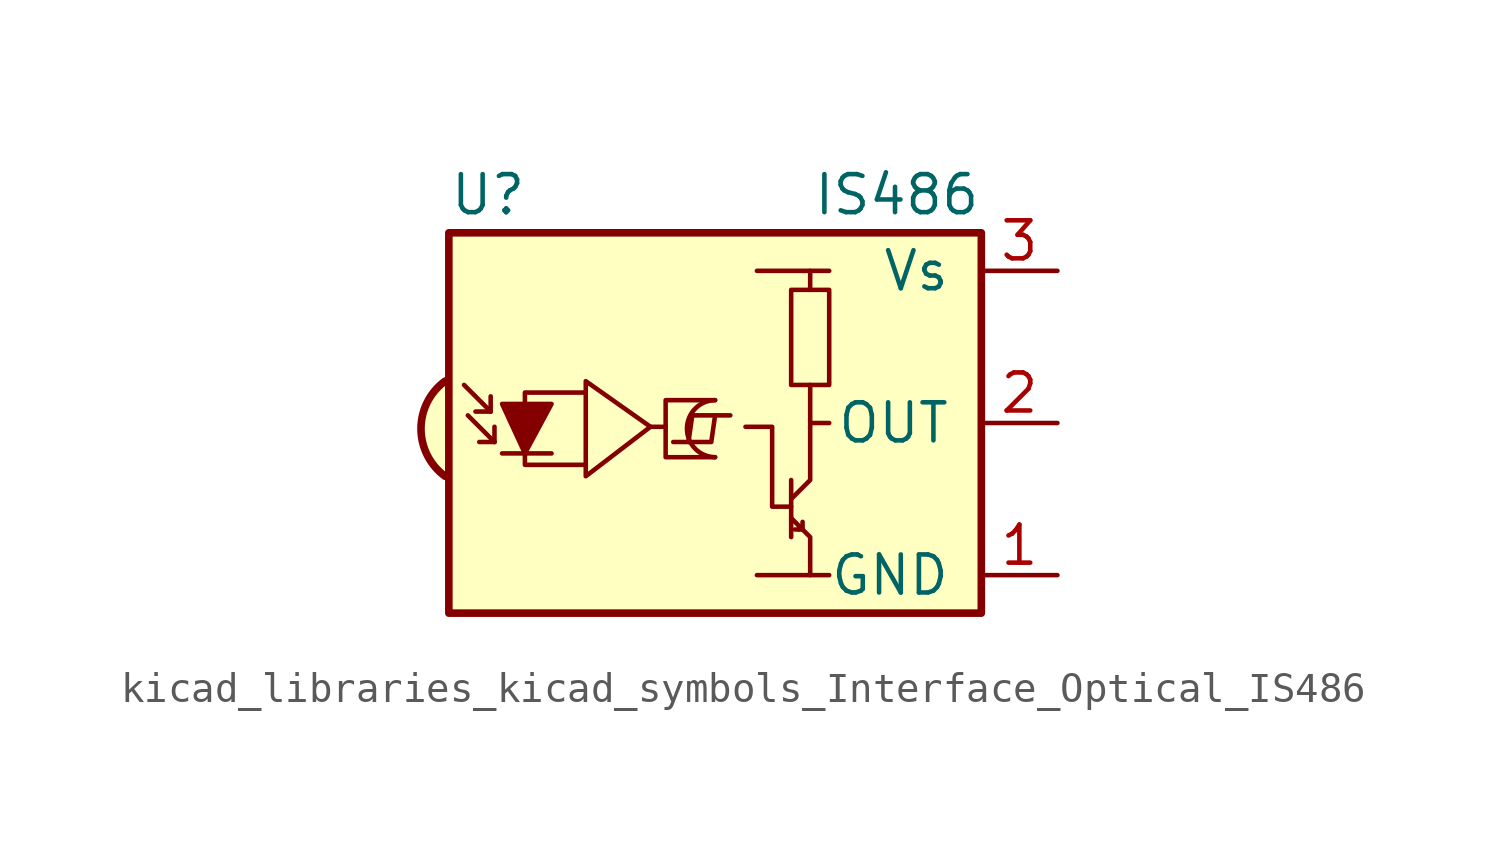
<source format=kicad_sym>
(kicad_symbol_lib
  (version 20220914)
  (generator kicad_symbol_editor)
  (symbol "kicad_libraries_kicad_symbols_Interface_Optical_IS486"
    (pin_names
      (offset 1.016))
    (property "Reference" "U"
      (at -10.16 7.62 0)
      (effects (font (size 1.27 1.27)) (justify left)))
    (property "Value" "IS486"
      (at 7.62 7.62 0)
      (effects (font (size 1.27 1.27)) (justify right)))
    (symbol "kicad_libraries_kicad_symbols_Interface_Optical_IS486_0_0"
      (arc (start -10.287 1.397) (mid -11.0899 -0.1852) (end -10.287 -1.778) (stroke (width 0.254) (type default)) (fill (type background)))
      (polyline (pts (xy 1.905 -5.08) (xy 0.127 -5.08)) (stroke (width 0) (type default)) (fill (type none)))
      (polyline (pts (xy 1.905 5.08) (xy 0.127 5.08)) (stroke (width 0) (type default)) (fill (type none))))
    (symbol "kicad_libraries_kicad_symbols_Interface_Optical_IS486_0_1"
      (arc (start -1.27 0.762) (mid -2.2099 -0.1905) (end -1.27 -1.143) (stroke (width 0) (type default)) (fill (type none)))
      (polyline (pts (xy -8.763 0.381) (xy -9.652 1.27)) (stroke (width 0) (type default)) (fill (type none)))
      (polyline (pts (xy -8.763 0.381) (xy -9.271 0.381)) (stroke (width 0) (type default)) (fill (type none)))
      (polyline (pts (xy -8.763 0.381) (xy -8.763 0.889)) (stroke (width 0) (type default)) (fill (type none)))
      (polyline (pts (xy -8.636 -0.635) (xy -9.525 0.254)) (stroke (width 0) (type default)) (fill (type none)))
      (polyline (pts (xy -8.636 -0.635) (xy -9.144 -0.635)) (stroke (width 0) (type default)) (fill (type none)))
      (polyline (pts (xy -8.636 -0.635) (xy -8.636 -0.127)) (stroke (width 0) (type default)) (fill (type none)))
      (polyline (pts (xy -8.382 -1.016) (xy -6.731 -1.016)) (stroke (width 0) (type default)) (fill (type none)))
      (polyline (pts (xy -3.429 -0.127) (xy -2.921 -0.127)) (stroke (width 0) (type default)) (fill (type none)))
      (polyline (pts (xy 1.27 -1.905) (xy 1.27 -3.81)) (stroke (width 0) (type default)) (fill (type none)))
      (polyline (pts (xy 1.397 -3.556) (xy 1.524 -3.556)) (stroke (width 0) (type default)) (fill (type none)))
      (polyline (pts (xy 1.651 -3.556) (xy 1.524 -3.556)) (stroke (width 0) (type default)) (fill (type none)))
      (polyline (pts (xy 1.651 -3.556) (xy 1.651 -3.302)) (stroke (width 0) (type default)) (fill (type none)))
      (polyline (pts (xy 1.905 0) (xy 1.905 1.27)) (stroke (width 0) (type default)) (fill (type none)))
      (polyline (pts (xy -2.667 -0.635) (xy -1.397 -0.635) (xy -1.27 0.254)) (stroke (width 0) (type default)) (fill (type none)))
      (polyline (pts (xy -0.762 0.254) (xy -2.032 0.254) (xy -2.159 -0.635)) (stroke (width 0) (type default)) (fill (type none)))
      (polyline (pts (xy 1.905 4.445) (xy 1.905 5.08) (xy 2.54 5.08)) (stroke (width 0) (type default)) (fill (type none)))
      (polyline (pts (xy -8.382 0.635) (xy -6.731 0.635) (xy -7.62 -1.016) (xy -8.382 0.635)) (stroke (width 0) (type default)) (fill (type outline)))
      (polyline (pts (xy -5.588 -1.397) (xy -7.62 -1.397) (xy -7.62 1.016) (xy -5.588 1.016)) (stroke (width 0) (type default)) (fill (type none)))
      (polyline (pts (xy -3.429 -0.127) (xy -5.588 1.397) (xy -5.588 -1.778) (xy -3.429 -0.127)) (stroke (width 0) (type default)) (fill (type none)))
      (polyline (pts (xy -1.27 0.762) (xy -2.921 0.762) (xy -2.921 -1.143) (xy -1.27 -1.143)) (stroke (width 0) (type default)) (fill (type none)))
      (polyline (pts (xy 1.27 -3.175) (xy 1.905 -3.81) (xy 1.905 -5.08) (xy 2.54 -5.08)) (stroke (width 0) (type default)) (fill (type none)))
      (polyline (pts (xy 1.27 -2.794) (xy 0.635 -2.794) (xy 0.635 -0.127) (xy -0.254 -0.127)) (stroke (width 0) (type default)) (fill (type none)))
      (polyline (pts (xy 1.27 -2.54) (xy 1.905 -1.905) (xy 1.905 0) (xy 2.54 0)) (stroke (width 0) (type default)) (fill (type none)))
      (rectangle (start 2.54 1.27) (end 1.27 4.445) (stroke (width 0) (type default)) (fill (type none)))
      (rectangle (start 7.62 6.35) (end -10.16 -6.35) (stroke (width 0.254) (type default)) (fill (type background))))
    (symbol "kicad_libraries_kicad_symbols_Interface_Optical_IS486_1_1"
      (pin power_in line (at 10.16 -5.08 180) (length 2.54) (name "GND" (effects (font (size 1.27 1.27)))) (number "1" (effects (font (size 1.27 1.27)))))
      (pin output line (at 10.16 0 180) (length 2.54) (name "OUT" (effects (font (size 1.27 1.27)))) (number "2" (effects (font (size 1.27 1.27)))))
      (pin power_in line (at 10.16 5.08 180) (length 2.54) (name "Vs" (effects (font (size 1.27 1.27)))) (number "3" (effects (font (size 1.27 1.27))))))))
</source>
